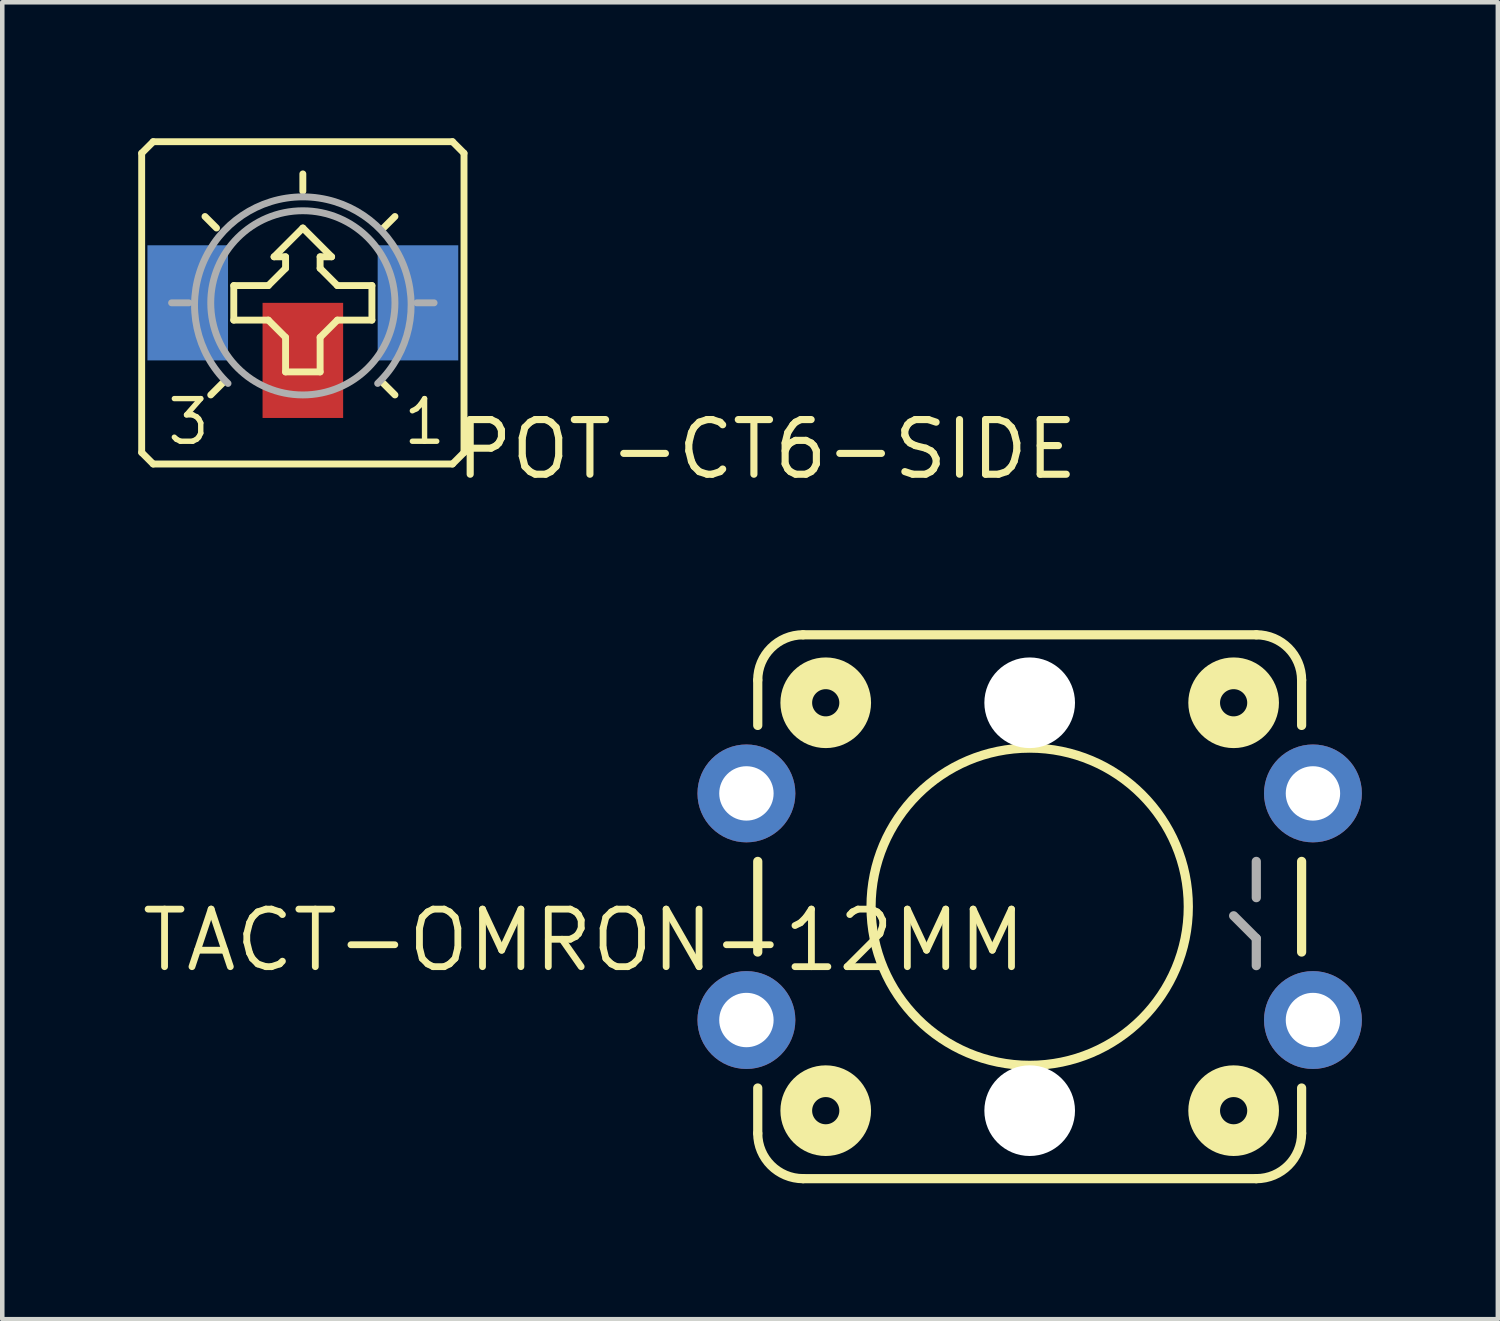
<source format=kicad_pcb>
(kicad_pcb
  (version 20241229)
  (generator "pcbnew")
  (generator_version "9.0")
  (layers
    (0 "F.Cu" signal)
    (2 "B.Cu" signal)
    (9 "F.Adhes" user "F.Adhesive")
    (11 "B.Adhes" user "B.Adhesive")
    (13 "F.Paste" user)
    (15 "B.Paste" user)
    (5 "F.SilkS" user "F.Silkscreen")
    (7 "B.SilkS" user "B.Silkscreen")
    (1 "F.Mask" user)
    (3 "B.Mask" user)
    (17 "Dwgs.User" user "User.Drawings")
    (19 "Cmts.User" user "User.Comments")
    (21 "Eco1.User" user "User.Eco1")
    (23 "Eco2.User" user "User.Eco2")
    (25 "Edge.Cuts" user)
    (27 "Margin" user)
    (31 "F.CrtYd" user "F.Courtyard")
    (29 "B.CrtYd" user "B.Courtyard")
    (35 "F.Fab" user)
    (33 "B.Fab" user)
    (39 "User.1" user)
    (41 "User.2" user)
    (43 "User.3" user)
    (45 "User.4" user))
  (footprint "TACT-OMRON-12MM"
    (layer "F.Cu")
    (at 19.669 16.956)
    (property "Reference" "TACT-OMRON-12MM" (at 0 0 0) (layer "F.SilkS") (effects (font (size 1.27 1.27) (thickness 0.15)) (justify right top)))
    (attr through_hole)
    (fp_line (start -6 -4) (end -6 -5) (stroke (width 0.203) (type solid)) (layer "F.SilkS"))
    (fp_line (start -6 1) (end -6 -1) (stroke (width 0.203) (type solid)) (layer "F.SilkS"))
    (fp_line (start -6 5) (end -6 4) (stroke (width 0.203) (type solid)) (layer "F.SilkS"))
    (fp_line (start -5 -6) (end 5 -6) (stroke (width 0.203) (type solid)) (layer "F.SilkS"))
    (fp_line (start 5 6) (end -5 6) (stroke (width 0.203) (type solid)) (layer "F.SilkS"))
    (fp_line (start 6 -5) (end 6 -4) (stroke (width 0.203) (type solid)) (layer "F.SilkS"))
    (fp_line (start 6 -1) (end 6 1) (stroke (width 0.203) (type solid)) (layer "F.SilkS"))
    (fp_line (start 6 4) (end 6 5) (stroke (width 0.203) (type solid)) (layer "F.SilkS"))
    (fp_arc (start -6 -5) (mid -5.707107 -5.707107) (end -5 -6) (stroke (width 0.2032) (type solid)) (layer "F.SilkS"))
    (fp_arc (start -5 6) (mid -5.707107 5.707107) (end -6 5) (stroke (width 0.2032) (type solid)) (layer "F.SilkS"))
    (fp_arc (start 5 -6) (mid 5.707107 -5.707107) (end 6 -5) (stroke (width 0.2032) (type solid)) (layer "F.SilkS"))
    (fp_arc (start 6 5) (mid 5.707107 5.707107) (end 5 6) (stroke (width 0.2032) (type solid)) (layer "F.SilkS"))
    (fp_circle (center -4.5 -4.5) (end -4.2 -4.5) (stroke (width 0.7) (type solid)) (fill no) (layer "F.SilkS"))
    (fp_circle (center -4.5 4.5) (end -4.2 4.5) (stroke (width 0.7) (type solid)) (fill no) (layer "F.SilkS"))
    (fp_circle (center 0 0) (end 3.5 0) (stroke (width 0.203) (type solid)) (fill no) (layer "F.SilkS"))
    (fp_circle (center 4.5 -4.5) (end 4.8 -4.5) (stroke (width 0.7) (type solid)) (fill no) (layer "F.SilkS"))
    (fp_circle (center 4.5 4.5) (end 4.8 4.5) (stroke (width 0.7) (type solid)) (fill no) (layer "F.SilkS"))
    (fp_line (start 5 -0.2) (end 5 -1) (stroke (width 0.203) (type solid)) (layer "F.Fab"))
    (fp_line (start 5 0.7) (end 4.5 0.2) (stroke (width 0.203) (type solid)) (layer "F.Fab"))
    (fp_line (start 5 1.3) (end 5 0.7) (stroke (width 0.203) (type solid)) (layer "F.Fab"))
    (pad "" np_thru_hole circle (at 0 -4.5) (size 2 2) (drill 2) (layers "*.Cu" "*.Mask"))
    (pad "" np_thru_hole circle (at 0 4.5) (size 2 2) (drill 2) (layers "*.Cu" "*.Mask"))
    (pad "1" thru_hole circle (at 6.25 2.5) (size 2.159 2.159) (drill 1.2) (layers "*.Cu" "*.Mask"))
    (pad "2" thru_hole circle (at -6.25 2.5) (size 2.159 2.159) (drill 1.2) (layers "*.Cu" "*.Mask"))
    (pad "3" thru_hole circle (at 6.25 -2.5) (size 2.159 2.159) (drill 1.2) (layers "*.Cu" "*.Mask"))
    (pad "4" thru_hole circle (at -6.25 -2.5) (size 2.159 2.159) (drill 1.2) (layers "*.Cu" "*.Mask")))
  (footprint "POT-CT6-SIDE"
    (layer "F.Cu")
    (at 3.632 3.632)
    (property "Reference" "POT-CT6-SIDE" (at 3.302 3.937 0) (layer "F.SilkS") (effects (font (size 1.206 1.206) (thickness 0.157)) (justify left bottom)))
    (attr through_hole)
    (fp_line (start -3.556 -3.302) (end -3.556 3.302) (stroke (width 0.152) (type solid)) (layer "F.SilkS"))
    (fp_line (start -3.302 -3.556) (end -3.556 -3.302) (stroke (width 0.152) (type solid)) (layer "F.SilkS"))
    (fp_line (start -3.302 3.556) (end -3.556 3.302) (stroke (width 0.152) (type solid)) (layer "F.SilkS"))
    (fp_line (start -3.302 3.556) (end 3.302 3.556) (stroke (width 0.152) (type solid)) (layer "F.SilkS"))
    (fp_line (start -1.905 -1.651) (end -2.159 -1.905) (stroke (width 0.152) (type solid)) (layer "F.SilkS"))
    (fp_line (start -1.778 1.778) (end -2.032 2.032) (stroke (width 0.152) (type solid)) (layer "F.SilkS"))
    (fp_line (start -1.524 -0.381) (end -1.524 0.381) (stroke (width 0.152) (type solid)) (layer "F.SilkS"))
    (fp_line (start -1.524 0.381) (end -0.762 0.381) (stroke (width 0.152) (type solid)) (layer "F.SilkS"))
    (fp_line (start -0.762 -0.381) (end -1.524 -0.381) (stroke (width 0.152) (type solid)) (layer "F.SilkS"))
    (fp_line (start -0.635 -1.016) (end -0.381 -1.016) (stroke (width 0.152) (type solid)) (layer "F.SilkS"))
    (fp_line (start -0.381 -1.016) (end -0.381 -0.762) (stroke (width 0.152) (type solid)) (layer "F.SilkS"))
    (fp_line (start -0.381 -0.762) (end -0.762 -0.381) (stroke (width 0.152) (type solid)) (layer "F.SilkS"))
    (fp_line (start -0.381 0.762) (end -0.762 0.381) (stroke (width 0.152) (type solid)) (layer "F.SilkS"))
    (fp_line (start -0.381 0.762) (end -0.381 1.524) (stroke (width 0.152) (type solid)) (layer "F.SilkS"))
    (fp_line (start -0.381 1.524) (end 0.381 1.524) (stroke (width 0.152) (type solid)) (layer "F.SilkS"))
    (fp_line (start 0 -2.464) (end 0 -2.845) (stroke (width 0.152) (type solid)) (layer "F.SilkS"))
    (fp_line (start 0 -1.651) (end -0.635 -1.016) (stroke (width 0.152) (type solid)) (layer "F.SilkS"))
    (fp_line (start 0.381 -1.016) (end 0.635 -1.016) (stroke (width 0.152) (type solid)) (layer "F.SilkS"))
    (fp_line (start 0.381 -0.762) (end 0.381 -1.016) (stroke (width 0.152) (type solid)) (layer "F.SilkS"))
    (fp_line (start 0.381 0.762) (end 0.762 0.381) (stroke (width 0.152) (type solid)) (layer "F.SilkS"))
    (fp_line (start 0.381 1.524) (end 0.381 0.762) (stroke (width 0.152) (type solid)) (layer "F.SilkS"))
    (fp_line (start 0.635 -1.016) (end 0 -1.651) (stroke (width 0.152) (type solid)) (layer "F.SilkS"))
    (fp_line (start 0.762 -0.381) (end 0.381 -0.762) (stroke (width 0.152) (type solid)) (layer "F.SilkS"))
    (fp_line (start 0.762 0.381) (end 1.524 0.381) (stroke (width 0.152) (type solid)) (layer "F.SilkS"))
    (fp_line (start 1.524 -0.381) (end 0.762 -0.381) (stroke (width 0.152) (type solid)) (layer "F.SilkS"))
    (fp_line (start 1.524 0.381) (end 1.524 -0.381) (stroke (width 0.152) (type solid)) (layer "F.SilkS"))
    (fp_line (start 1.778 -1.651) (end 2.032 -1.905) (stroke (width 0.152) (type solid)) (layer "F.SilkS"))
    (fp_line (start 1.778 1.778) (end 2.032 2.032) (stroke (width 0.152) (type solid)) (layer "F.SilkS"))
    (fp_line (start 3.302 -3.556) (end -3.302 -3.556) (stroke (width 0.152) (type solid)) (layer "F.SilkS"))
    (fp_line (start 3.302 -3.556) (end 3.556 -3.302) (stroke (width 0.152) (type solid)) (layer "F.SilkS"))
    (fp_line (start 3.302 3.556) (end 3.556 3.302) (stroke (width 0.152) (type solid)) (layer "F.SilkS"))
    (fp_line (start 3.556 3.302) (end 3.556 -3.302) (stroke (width 0.152) (type solid)) (layer "F.SilkS"))
    (fp_line (start -2.515 0) (end -2.896 0) (stroke (width 0.152) (type solid)) (layer "F.Fab"))
    (fp_line (start 2.515 0) (end 2.896 0) (stroke (width 0.152) (type solid)) (layer "F.Fab"))
    (fp_arc (start -1.651 1.778) (mid -0.000001 -2.338557) (end 1.651001 1.777999) (stroke (width 0.1524) (type solid)) (layer "F.Fab"))
    (fp_circle (center 0 0) (end 2.032 0) (stroke (width 0.152) (type solid)) (fill no) (layer "F.Fab"))
    (fp_text user "3" (at -3.048 3.175 0) (layer "F.SilkS") (effects (font (size 0.941 0.941) (thickness 0.119)) (justify left bottom)))
    (fp_text user "1" (at 2.159 3.175 0) (layer "F.SilkS") (effects (font (size 0.941 0.941) (thickness 0.119)) (justify left bottom)))
    (pad "A" smd rect (at 2.54 0 90) (size 2.54 1.778) (layers "B.Cu" "B.Mask" "B.Paste"))
    (pad "E" smd rect (at -2.54 0 90) (size 2.54 1.778) (layers "B.Cu" "B.Mask" "B.Paste"))
    (pad "S" smd rect (at 0 1.27 90) (size 2.54 1.778) (layers "F.Cu" "F.Mask" "F.Paste")))
  (gr_rect
    (start -3 -3)
    (end 29.999 26.057)
    (stroke (width 0.1) (type default))
    (fill no)
    (layer "Edge.Cuts")))
</source>
